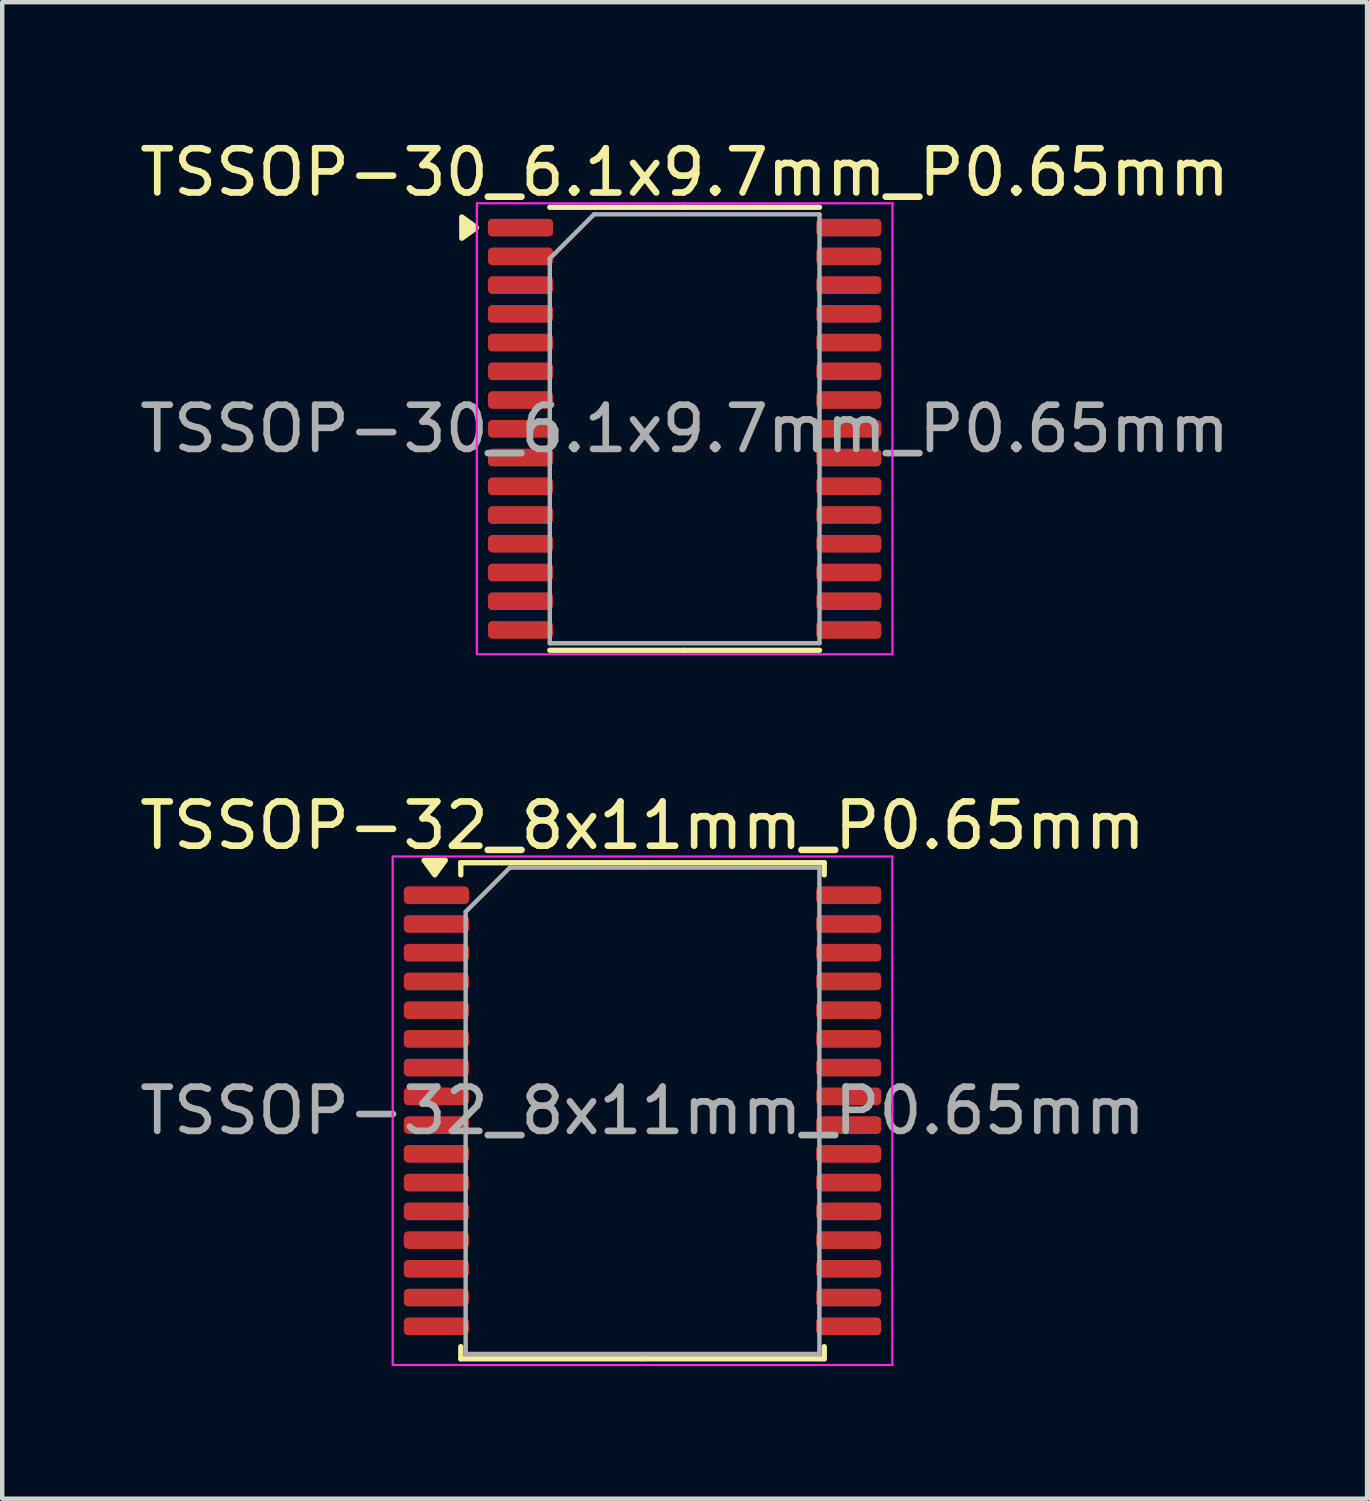
<source format=kicad_pcb>
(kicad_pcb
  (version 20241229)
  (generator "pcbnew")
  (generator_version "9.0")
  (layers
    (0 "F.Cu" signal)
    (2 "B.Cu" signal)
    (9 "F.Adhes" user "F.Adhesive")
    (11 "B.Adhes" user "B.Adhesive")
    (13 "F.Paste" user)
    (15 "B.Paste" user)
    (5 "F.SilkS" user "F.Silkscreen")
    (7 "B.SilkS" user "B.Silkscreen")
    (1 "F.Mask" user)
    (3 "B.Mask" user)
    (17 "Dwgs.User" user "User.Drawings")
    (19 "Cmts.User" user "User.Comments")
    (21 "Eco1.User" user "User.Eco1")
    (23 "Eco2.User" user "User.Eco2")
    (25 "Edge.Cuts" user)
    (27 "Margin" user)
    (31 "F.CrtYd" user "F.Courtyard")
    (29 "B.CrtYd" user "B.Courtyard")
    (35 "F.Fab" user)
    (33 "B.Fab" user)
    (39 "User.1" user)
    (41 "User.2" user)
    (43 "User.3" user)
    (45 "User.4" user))
  (footprint "TSSOP-30_6.1x9.7mm_P0.65mm"
    (layer "F.Cu")
    (at 12.435 6.648)
    (property "Reference" "TSSOP-30_6.1x9.7mm_P0.65mm" (at 0 -5.8 0) (layer "F.SilkS") (effects (font (size 1 1) (thickness 0.15))))
    (attr smd)
    (fp_line (start 0 -5.01) (end -3.05 -5.01) (stroke (width 0.12) (type solid)) (layer "F.SilkS"))
    (fp_line (start 0 -5.01) (end 3.05 -5.01) (stroke (width 0.12) (type solid)) (layer "F.SilkS"))
    (fp_line (start 0 5.01) (end -3.05 5.01) (stroke (width 0.12) (type solid)) (layer "F.SilkS"))
    (fp_line (start 0 5.01) (end 3.05 5.01) (stroke (width 0.12) (type solid)) (layer "F.SilkS"))
    (fp_poly (pts (xy -4.71 -4.55) (xy -5.04 -4.31) (xy -5.04 -4.79) (xy -4.71 -4.55)) (stroke (width 0.12) (type solid)) (fill yes) (layer "F.SilkS"))
    (fp_line (start -4.7 -5.1) (end -4.7 5.1) (stroke (width 0.05) (type solid)) (layer "F.CrtYd"))
    (fp_line (start -4.7 5.1) (end 4.7 5.1) (stroke (width 0.05) (type solid)) (layer "F.CrtYd"))
    (fp_line (start 4.7 -5.1) (end -4.7 -5.1) (stroke (width 0.05) (type solid)) (layer "F.CrtYd"))
    (fp_line (start 4.7 5.1) (end 4.7 -5.1) (stroke (width 0.05) (type solid)) (layer "F.CrtYd"))
    (fp_line (start -3.05 -3.85) (end -2.05 -4.85) (stroke (width 0.1) (type solid)) (layer "F.Fab"))
    (fp_line (start -3.05 4.85) (end -3.05 -3.85) (stroke (width 0.1) (type solid)) (layer "F.Fab"))
    (fp_line (start -2.05 -4.85) (end 3.05 -4.85) (stroke (width 0.1) (type solid)) (layer "F.Fab"))
    (fp_line (start 3.05 -4.85) (end 3.05 4.85) (stroke (width 0.1) (type solid)) (layer "F.Fab"))
    (fp_line (start 3.05 4.85) (end -3.05 4.85) (stroke (width 0.1) (type solid)) (layer "F.Fab"))
    (fp_text user "${REFERENCE}" (at 0 0 0) (layer "F.Fab") (effects (font (size 1 1) (thickness 0.15))))
    (pad "1" smd roundrect (at -3.712 -4.55) (size 1.475 0.4) (layers "F.Cu" "F.Mask" "F.Paste") (roundrect_rratio 0.25))
    (pad "2" smd roundrect (at -3.712 -3.9) (size 1.475 0.4) (layers "F.Cu" "F.Mask" "F.Paste") (roundrect_rratio 0.25))
    (pad "3" smd roundrect (at -3.712 -3.25) (size 1.475 0.4) (layers "F.Cu" "F.Mask" "F.Paste") (roundrect_rratio 0.25))
    (pad "4" smd roundrect (at -3.712 -2.6) (size 1.475 0.4) (layers "F.Cu" "F.Mask" "F.Paste") (roundrect_rratio 0.25))
    (pad "5" smd roundrect (at -3.712 -1.95) (size 1.475 0.4) (layers "F.Cu" "F.Mask" "F.Paste") (roundrect_rratio 0.25))
    (pad "6" smd roundrect (at -3.712 -1.3) (size 1.475 0.4) (layers "F.Cu" "F.Mask" "F.Paste") (roundrect_rratio 0.25))
    (pad "7" smd roundrect (at -3.712 -0.65) (size 1.475 0.4) (layers "F.Cu" "F.Mask" "F.Paste") (roundrect_rratio 0.25))
    (pad "8" smd roundrect (at -3.712 0) (size 1.475 0.4) (layers "F.Cu" "F.Mask" "F.Paste") (roundrect_rratio 0.25))
    (pad "9" smd roundrect (at -3.712 0.65) (size 1.475 0.4) (layers "F.Cu" "F.Mask" "F.Paste") (roundrect_rratio 0.25))
    (pad "10" smd roundrect (at -3.712 1.3) (size 1.475 0.4) (layers "F.Cu" "F.Mask" "F.Paste") (roundrect_rratio 0.25))
    (pad "11" smd roundrect (at -3.712 1.95) (size 1.475 0.4) (layers "F.Cu" "F.Mask" "F.Paste") (roundrect_rratio 0.25))
    (pad "12" smd roundrect (at -3.712 2.6) (size 1.475 0.4) (layers "F.Cu" "F.Mask" "F.Paste") (roundrect_rratio 0.25))
    (pad "13" smd roundrect (at -3.712 3.25) (size 1.475 0.4) (layers "F.Cu" "F.Mask" "F.Paste") (roundrect_rratio 0.25))
    (pad "14" smd roundrect (at -3.712 3.9) (size 1.475 0.4) (layers "F.Cu" "F.Mask" "F.Paste") (roundrect_rratio 0.25))
    (pad "15" smd roundrect (at -3.712 4.55) (size 1.475 0.4) (layers "F.Cu" "F.Mask" "F.Paste") (roundrect_rratio 0.25))
    (pad "16" smd roundrect (at 3.712 4.55) (size 1.475 0.4) (layers "F.Cu" "F.Mask" "F.Paste") (roundrect_rratio 0.25))
    (pad "17" smd roundrect (at 3.712 3.9) (size 1.475 0.4) (layers "F.Cu" "F.Mask" "F.Paste") (roundrect_rratio 0.25))
    (pad "18" smd roundrect (at 3.712 3.25) (size 1.475 0.4) (layers "F.Cu" "F.Mask" "F.Paste") (roundrect_rratio 0.25))
    (pad "19" smd roundrect (at 3.712 2.6) (size 1.475 0.4) (layers "F.Cu" "F.Mask" "F.Paste") (roundrect_rratio 0.25))
    (pad "20" smd roundrect (at 3.712 1.95) (size 1.475 0.4) (layers "F.Cu" "F.Mask" "F.Paste") (roundrect_rratio 0.25))
    (pad "21" smd roundrect (at 3.712 1.3) (size 1.475 0.4) (layers "F.Cu" "F.Mask" "F.Paste") (roundrect_rratio 0.25))
    (pad "22" smd roundrect (at 3.712 0.65) (size 1.475 0.4) (layers "F.Cu" "F.Mask" "F.Paste") (roundrect_rratio 0.25))
    (pad "23" smd roundrect (at 3.712 0) (size 1.475 0.4) (layers "F.Cu" "F.Mask" "F.Paste") (roundrect_rratio 0.25))
    (pad "24" smd roundrect (at 3.712 -0.65) (size 1.475 0.4) (layers "F.Cu" "F.Mask" "F.Paste") (roundrect_rratio 0.25))
    (pad "25" smd roundrect (at 3.712 -1.3) (size 1.475 0.4) (layers "F.Cu" "F.Mask" "F.Paste") (roundrect_rratio 0.25))
    (pad "26" smd roundrect (at 3.712 -1.95) (size 1.475 0.4) (layers "F.Cu" "F.Mask" "F.Paste") (roundrect_rratio 0.25))
    (pad "27" smd roundrect (at 3.712 -2.6) (size 1.475 0.4) (layers "F.Cu" "F.Mask" "F.Paste") (roundrect_rratio 0.25))
    (pad "28" smd roundrect (at 3.712 -3.25) (size 1.475 0.4) (layers "F.Cu" "F.Mask" "F.Paste") (roundrect_rratio 0.25))
    (pad "29" smd roundrect (at 3.712 -3.9) (size 1.475 0.4) (layers "F.Cu" "F.Mask" "F.Paste") (roundrect_rratio 0.25))
    (pad "30" smd roundrect (at 3.712 -4.55) (size 1.475 0.4) (layers "F.Cu" "F.Mask" "F.Paste") (roundrect_rratio 0.25)))
  (footprint "TSSOP-32_8x11mm_P0.65mm"
    (layer "F.Cu")
    (at 11.482 22.072)
    (property "Reference" "TSSOP-32_8x11mm_P0.65mm" (at 0 -6.45 0) (layer "F.SilkS") (effects (font (size 1 1) (thickness 0.15))))
    (attr smd)
    (fp_line (start -4.11 -5.61) (end -4.11 -5.335) (stroke (width 0.12) (type solid)) (layer "F.SilkS"))
    (fp_line (start -4.11 5.61) (end -4.11 5.335) (stroke (width 0.12) (type solid)) (layer "F.SilkS"))
    (fp_line (start 0 -5.61) (end -4.11 -5.61) (stroke (width 0.12) (type solid)) (layer "F.SilkS"))
    (fp_line (start 0 -5.61) (end 4.11 -5.61) (stroke (width 0.12) (type solid)) (layer "F.SilkS"))
    (fp_line (start 0 5.61) (end -4.11 5.61) (stroke (width 0.12) (type solid)) (layer "F.SilkS"))
    (fp_line (start 0 5.61) (end 4.11 5.61) (stroke (width 0.12) (type solid)) (layer "F.SilkS"))
    (fp_line (start 4.11 -5.61) (end 4.11 -5.335) (stroke (width 0.12) (type solid)) (layer "F.SilkS"))
    (fp_line (start 4.11 5.61) (end 4.11 5.335) (stroke (width 0.12) (type solid)) (layer "F.SilkS"))
    (fp_poly (pts (xy -4.7 -5.335) (xy -4.94 -5.665) (xy -4.46 -5.665) (xy -4.7 -5.335)) (stroke (width 0.12) (type solid)) (fill yes) (layer "F.SilkS"))
    (fp_line (start -5.65 -5.75) (end -5.65 5.75) (stroke (width 0.05) (type solid)) (layer "F.CrtYd"))
    (fp_line (start -5.65 5.75) (end 5.65 5.75) (stroke (width 0.05) (type solid)) (layer "F.CrtYd"))
    (fp_line (start 5.65 -5.75) (end -5.65 -5.75) (stroke (width 0.05) (type solid)) (layer "F.CrtYd"))
    (fp_line (start 5.65 5.75) (end 5.65 -5.75) (stroke (width 0.05) (type solid)) (layer "F.CrtYd"))
    (fp_line (start -4 -4.5) (end -3 -5.5) (stroke (width 0.1) (type solid)) (layer "F.Fab"))
    (fp_line (start -4 5.5) (end -4 -4.5) (stroke (width 0.1) (type solid)) (layer "F.Fab"))
    (fp_line (start -3 -5.5) (end 4 -5.5) (stroke (width 0.1) (type solid)) (layer "F.Fab"))
    (fp_line (start 4 -5.5) (end 4 5.5) (stroke (width 0.1) (type solid)) (layer "F.Fab"))
    (fp_line (start 4 5.5) (end -4 5.5) (stroke (width 0.1) (type solid)) (layer "F.Fab"))
    (fp_text user "${REFERENCE}" (at 0 0 0) (layer "F.Fab") (effects (font (size 1 1) (thickness 0.15))))
    (pad "1" smd roundrect (at -4.662 -4.875) (size 1.475 0.4) (layers "F.Cu" "F.Mask" "F.Paste") (roundrect_rratio 0.25))
    (pad "2" smd roundrect (at -4.662 -4.225) (size 1.475 0.4) (layers "F.Cu" "F.Mask" "F.Paste") (roundrect_rratio 0.25))
    (pad "3" smd roundrect (at -4.662 -3.575) (size 1.475 0.4) (layers "F.Cu" "F.Mask" "F.Paste") (roundrect_rratio 0.25))
    (pad "4" smd roundrect (at -4.662 -2.925) (size 1.475 0.4) (layers "F.Cu" "F.Mask" "F.Paste") (roundrect_rratio 0.25))
    (pad "5" smd roundrect (at -4.662 -2.275) (size 1.475 0.4) (layers "F.Cu" "F.Mask" "F.Paste") (roundrect_rratio 0.25))
    (pad "6" smd roundrect (at -4.662 -1.625) (size 1.475 0.4) (layers "F.Cu" "F.Mask" "F.Paste") (roundrect_rratio 0.25))
    (pad "7" smd roundrect (at -4.662 -0.975) (size 1.475 0.4) (layers "F.Cu" "F.Mask" "F.Paste") (roundrect_rratio 0.25))
    (pad "8" smd roundrect (at -4.662 -0.325) (size 1.475 0.4) (layers "F.Cu" "F.Mask" "F.Paste") (roundrect_rratio 0.25))
    (pad "9" smd roundrect (at -4.662 0.325) (size 1.475 0.4) (layers "F.Cu" "F.Mask" "F.Paste") (roundrect_rratio 0.25))
    (pad "10" smd roundrect (at -4.662 0.975) (size 1.475 0.4) (layers "F.Cu" "F.Mask" "F.Paste") (roundrect_rratio 0.25))
    (pad "11" smd roundrect (at -4.662 1.625) (size 1.475 0.4) (layers "F.Cu" "F.Mask" "F.Paste") (roundrect_rratio 0.25))
    (pad "12" smd roundrect (at -4.662 2.275) (size 1.475 0.4) (layers "F.Cu" "F.Mask" "F.Paste") (roundrect_rratio 0.25))
    (pad "13" smd roundrect (at -4.662 2.925) (size 1.475 0.4) (layers "F.Cu" "F.Mask" "F.Paste") (roundrect_rratio 0.25))
    (pad "14" smd roundrect (at -4.662 3.575) (size 1.475 0.4) (layers "F.Cu" "F.Mask" "F.Paste") (roundrect_rratio 0.25))
    (pad "15" smd roundrect (at -4.662 4.225) (size 1.475 0.4) (layers "F.Cu" "F.Mask" "F.Paste") (roundrect_rratio 0.25))
    (pad "16" smd roundrect (at -4.662 4.875) (size 1.475 0.4) (layers "F.Cu" "F.Mask" "F.Paste") (roundrect_rratio 0.25))
    (pad "17" smd roundrect (at 4.662 4.875) (size 1.475 0.4) (layers "F.Cu" "F.Mask" "F.Paste") (roundrect_rratio 0.25))
    (pad "18" smd roundrect (at 4.662 4.225) (size 1.475 0.4) (layers "F.Cu" "F.Mask" "F.Paste") (roundrect_rratio 0.25))
    (pad "19" smd roundrect (at 4.662 3.575) (size 1.475 0.4) (layers "F.Cu" "F.Mask" "F.Paste") (roundrect_rratio 0.25))
    (pad "20" smd roundrect (at 4.662 2.925) (size 1.475 0.4) (layers "F.Cu" "F.Mask" "F.Paste") (roundrect_rratio 0.25))
    (pad "21" smd roundrect (at 4.662 2.275) (size 1.475 0.4) (layers "F.Cu" "F.Mask" "F.Paste") (roundrect_rratio 0.25))
    (pad "22" smd roundrect (at 4.662 1.625) (size 1.475 0.4) (layers "F.Cu" "F.Mask" "F.Paste") (roundrect_rratio 0.25))
    (pad "23" smd roundrect (at 4.662 0.975) (size 1.475 0.4) (layers "F.Cu" "F.Mask" "F.Paste") (roundrect_rratio 0.25))
    (pad "24" smd roundrect (at 4.662 0.325) (size 1.475 0.4) (layers "F.Cu" "F.Mask" "F.Paste") (roundrect_rratio 0.25))
    (pad "25" smd roundrect (at 4.662 -0.325) (size 1.475 0.4) (layers "F.Cu" "F.Mask" "F.Paste") (roundrect_rratio 0.25))
    (pad "26" smd roundrect (at 4.662 -0.975) (size 1.475 0.4) (layers "F.Cu" "F.Mask" "F.Paste") (roundrect_rratio 0.25))
    (pad "27" smd roundrect (at 4.662 -1.625) (size 1.475 0.4) (layers "F.Cu" "F.Mask" "F.Paste") (roundrect_rratio 0.25))
    (pad "28" smd roundrect (at 4.662 -2.275) (size 1.475 0.4) (layers "F.Cu" "F.Mask" "F.Paste") (roundrect_rratio 0.25))
    (pad "29" smd roundrect (at 4.662 -2.925) (size 1.475 0.4) (layers "F.Cu" "F.Mask" "F.Paste") (roundrect_rratio 0.25))
    (pad "30" smd roundrect (at 4.662 -3.575) (size 1.475 0.4) (layers "F.Cu" "F.Mask" "F.Paste") (roundrect_rratio 0.25))
    (pad "31" smd roundrect (at 4.662 -4.225) (size 1.475 0.4) (layers "F.Cu" "F.Mask" "F.Paste") (roundrect_rratio 0.25))
    (pad "32" smd roundrect (at 4.662 -4.875) (size 1.475 0.4) (layers "F.Cu" "F.Mask" "F.Paste") (roundrect_rratio 0.25)))
  (gr_rect
    (start -3 -3)
    (end 27.869 30.846)
    (stroke (width 0.1) (type default))
    (fill no)
    (layer "Edge.Cuts")))
</source>
